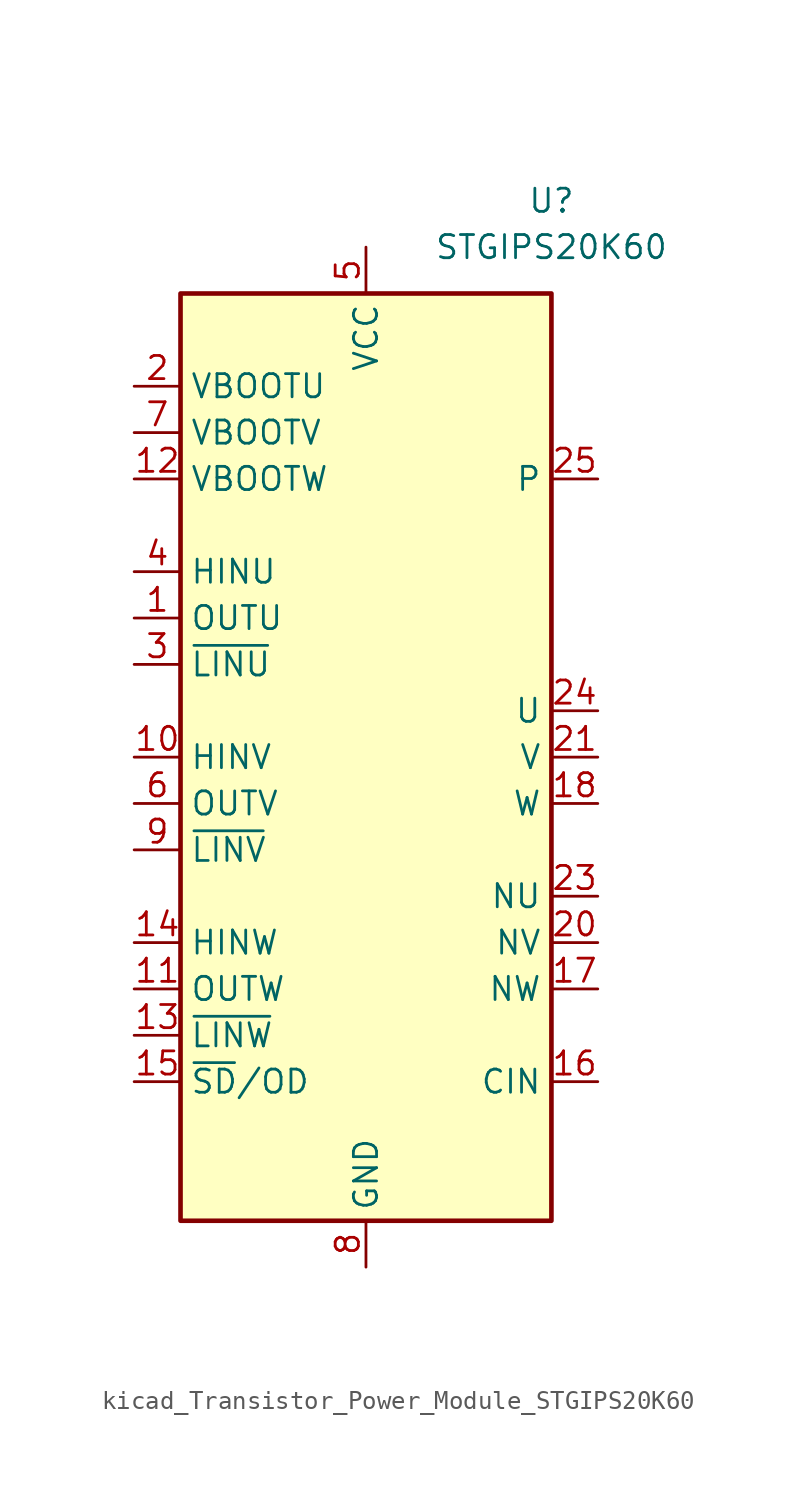
<source format=kicad_sym>
(kicad_symbol_lib
  (version 20220914)
  (generator kicad_symbol_editor)
  (symbol "kicad_Transistor_Power_Module_STGIPS20K60"
    (property "Reference" "U"
      (at 10.16 30.48 0)
      (effects (font (size 1.27 1.27))))
    (property "Value" "STGIPS20K60"
      (at 10.16 27.94 0)
      (effects (font (size 1.27 1.27))))
    (symbol "kicad_Transistor_Power_Module_STGIPS20K60_0_1"
      (rectangle (start -10.16 25.4) (end 10.16 -25.4) (stroke (width 0.254) (type default)) (fill (type background))))
    (symbol "kicad_Transistor_Power_Module_STGIPS20K60_1_1"
      (pin output line (at -12.7 7.62 0) (length 2.54) (name "OUTU" (effects (font (size 1.27 1.27)))) (number "1" (effects (font (size 1.27 1.27)))))
      (pin input line (at -12.7 0 0) (length 2.54) (name "HINV" (effects (font (size 1.27 1.27)))) (number "10" (effects (font (size 1.27 1.27)))))
      (pin output line (at -12.7 -12.7 0) (length 2.54) (name "OUTW" (effects (font (size 1.27 1.27)))) (number "11" (effects (font (size 1.27 1.27)))))
      (pin passive line (at -12.7 15.24 0) (length 2.54) (name "VBOOTW" (effects (font (size 1.27 1.27)))) (number "12" (effects (font (size 1.27 1.27)))))
      (pin input line (at -12.7 -15.24 0) (length 2.54) (name "~{LINW}" (effects (font (size 1.27 1.27)))) (number "13" (effects (font (size 1.27 1.27)))))
      (pin input line (at -12.7 -10.16 0) (length 2.54) (name "HINW" (effects (font (size 1.27 1.27)))) (number "14" (effects (font (size 1.27 1.27)))))
      (pin input line (at -12.7 -17.78 0) (length 2.54) (name "~{SD}/OD" (effects (font (size 1.27 1.27)))) (number "15" (effects (font (size 1.27 1.27)))))
      (pin input line (at 12.7 -17.78 180) (length 2.54) (name "CIN" (effects (font (size 1.27 1.27)))) (number "16" (effects (font (size 1.27 1.27)))))
      (pin passive line (at 12.7 -12.7 180) (length 2.54) (name "NW" (effects (font (size 1.27 1.27)))) (number "17" (effects (font (size 1.27 1.27)))))
      (pin passive line (at 12.7 -2.54 180) (length 2.54) (name "W" (effects (font (size 1.27 1.27)))) (number "18" (effects (font (size 1.27 1.27)))))
      (pin passive line (at 12.7 15.24 180) (length 2.54) hide (name "P" (effects (font (size 1.27 1.27)))) (number "19" (effects (font (size 1.27 1.27)))))
      (pin passive line (at -12.7 20.32 0) (length 2.54) (name "VBOOTU" (effects (font (size 1.27 1.27)))) (number "2" (effects (font (size 1.27 1.27)))))
      (pin passive line (at 12.7 -10.16 180) (length 2.54) (name "NV" (effects (font (size 1.27 1.27)))) (number "20" (effects (font (size 1.27 1.27)))))
      (pin passive line (at 12.7 0 180) (length 2.54) (name "V" (effects (font (size 1.27 1.27)))) (number "21" (effects (font (size 1.27 1.27)))))
      (pin passive line (at 12.7 15.24 180) (length 2.54) hide (name "P" (effects (font (size 1.27 1.27)))) (number "22" (effects (font (size 1.27 1.27)))))
      (pin passive line (at 12.7 -7.62 180) (length 2.54) (name "NU" (effects (font (size 1.27 1.27)))) (number "23" (effects (font (size 1.27 1.27)))))
      (pin passive line (at 12.7 2.54 180) (length 2.54) (name "U" (effects (font (size 1.27 1.27)))) (number "24" (effects (font (size 1.27 1.27)))))
      (pin passive line (at 12.7 15.24 180) (length 2.54) (name "P" (effects (font (size 1.27 1.27)))) (number "25" (effects (font (size 1.27 1.27)))))
      (pin input line (at -12.7 5.08 0) (length 2.54) (name "~{LINU}" (effects (font (size 1.27 1.27)))) (number "3" (effects (font (size 1.27 1.27)))))
      (pin input line (at -12.7 10.16 0) (length 2.54) (name "HINU" (effects (font (size 1.27 1.27)))) (number "4" (effects (font (size 1.27 1.27)))))
      (pin power_in line (at 0 27.94 270) (length 2.54) (name "VCC" (effects (font (size 1.27 1.27)))) (number "5" (effects (font (size 1.27 1.27)))))
      (pin output line (at -12.7 -2.54 0) (length 2.54) (name "OUTV" (effects (font (size 1.27 1.27)))) (number "6" (effects (font (size 1.27 1.27)))))
      (pin passive line (at -12.7 17.78 0) (length 2.54) (name "VBOOTV" (effects (font (size 1.27 1.27)))) (number "7" (effects (font (size 1.27 1.27)))))
      (pin power_in line (at 0 -27.94 90) (length 2.54) (name "GND" (effects (font (size 1.27 1.27)))) (number "8" (effects (font (size 1.27 1.27)))))
      (pin input line (at -12.7 -5.08 0) (length 2.54) (name "~{LINV}" (effects (font (size 1.27 1.27)))) (number "9" (effects (font (size 1.27 1.27))))))))
</source>
